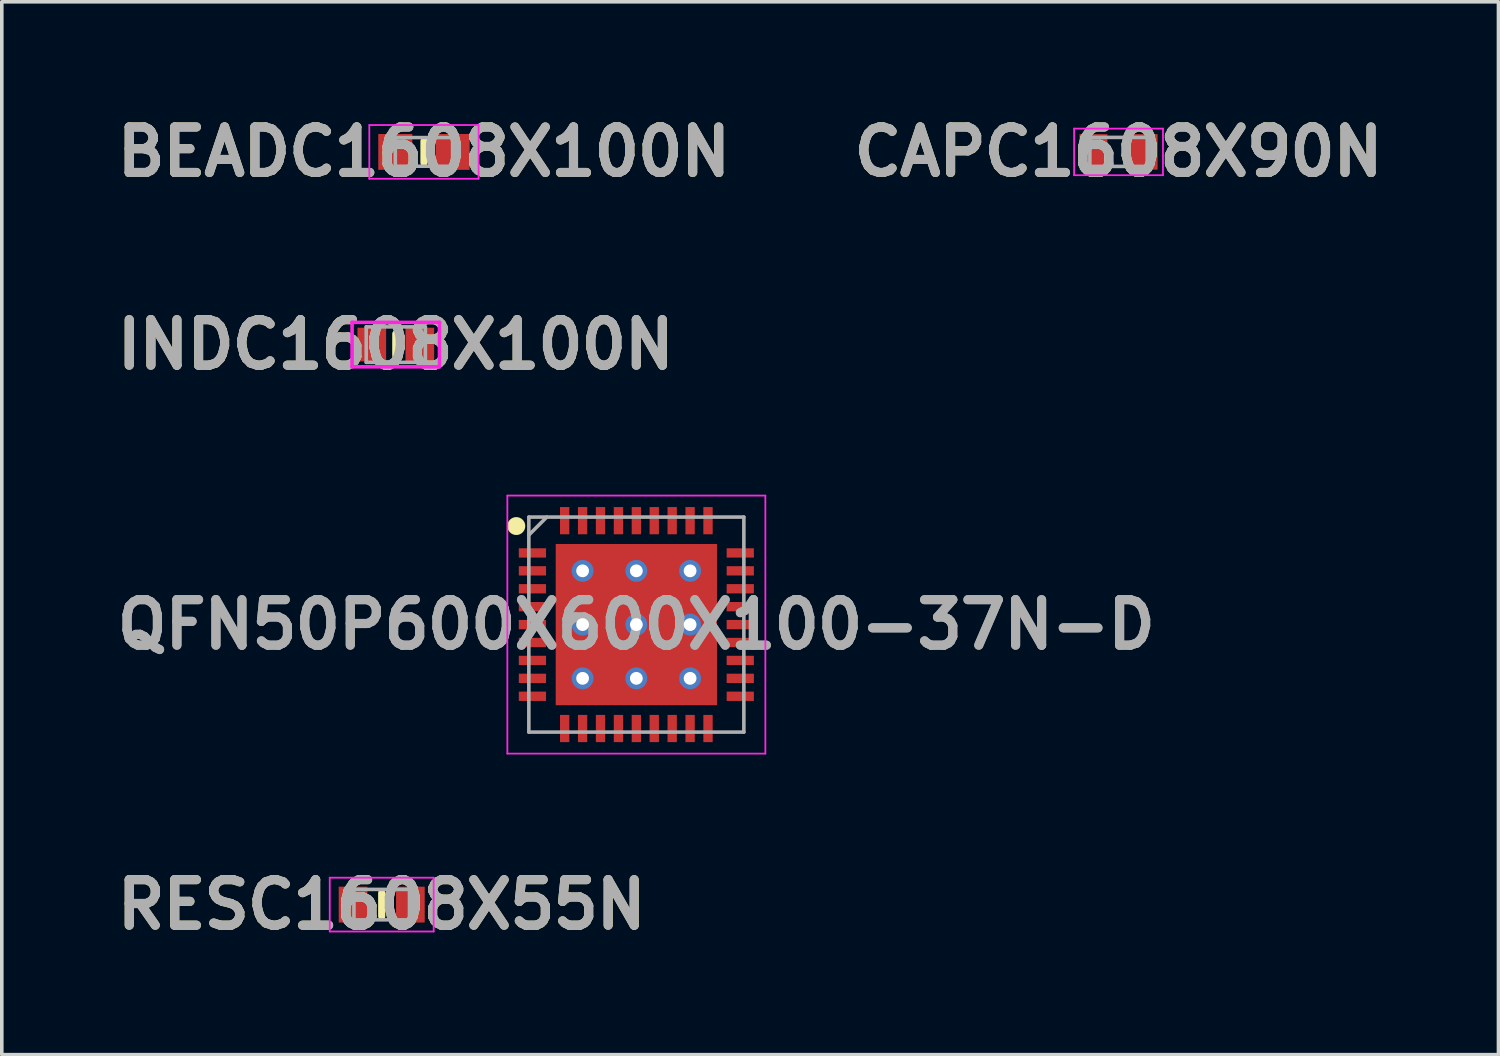
<source format=kicad_pcb>
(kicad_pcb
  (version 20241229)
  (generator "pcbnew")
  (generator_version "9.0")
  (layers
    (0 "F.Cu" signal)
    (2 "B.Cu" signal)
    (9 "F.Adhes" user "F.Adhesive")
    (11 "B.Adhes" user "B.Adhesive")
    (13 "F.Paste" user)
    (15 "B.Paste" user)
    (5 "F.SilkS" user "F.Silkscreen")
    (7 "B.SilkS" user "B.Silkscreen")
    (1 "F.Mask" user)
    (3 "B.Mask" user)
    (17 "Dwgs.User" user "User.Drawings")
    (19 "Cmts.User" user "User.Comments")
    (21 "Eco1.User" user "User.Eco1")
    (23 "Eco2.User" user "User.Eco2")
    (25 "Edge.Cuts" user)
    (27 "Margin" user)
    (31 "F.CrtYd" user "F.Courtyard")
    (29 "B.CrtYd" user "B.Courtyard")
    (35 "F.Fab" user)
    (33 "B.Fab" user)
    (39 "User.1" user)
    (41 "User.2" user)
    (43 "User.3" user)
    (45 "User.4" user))
  (footprint "BEADC1608X100N"
    (layer "F.Cu")
    (at 8.781 1.189)
    (property "Reference" "BEADC1608X100N" (at 0 0 0) (layer "F.SilkS") (effects (font (size 1.27 1.27) (thickness 0.254))))
    (attr smd)
    (fp_line (start 0 -0.3) (end 0 0.3) (stroke (width 0.2) (type solid)) (layer "F.SilkS"))
    (fp_line (start -1.525 -0.75) (end 1.525 -0.75) (stroke (width 0.05) (type solid)) (layer "F.CrtYd"))
    (fp_line (start -1.525 0.75) (end -1.525 -0.75) (stroke (width 0.05) (type solid)) (layer "F.CrtYd"))
    (fp_line (start 1.525 -0.75) (end 1.525 0.75) (stroke (width 0.05) (type solid)) (layer "F.CrtYd"))
    (fp_line (start 1.525 0.75) (end -1.525 0.75) (stroke (width 0.05) (type solid)) (layer "F.CrtYd"))
    (fp_line (start -0.8 -0.4) (end 0.8 -0.4) (stroke (width 0.1) (type solid)) (layer "F.Fab"))
    (fp_line (start -0.8 0.4) (end -0.8 -0.4) (stroke (width 0.1) (type solid)) (layer "F.Fab"))
    (fp_line (start 0.8 -0.4) (end 0.8 0.4) (stroke (width 0.1) (type solid)) (layer "F.Fab"))
    (fp_line (start 0.8 0.4) (end -0.8 0.4) (stroke (width 0.1) (type solid)) (layer "F.Fab"))
    (fp_text user "${REFERENCE}" (at 0 0 0) (layer "F.Fab") (effects (font (size 1.27 1.27) (thickness 0.254))))
    (pad "1" smd rect (at -0.8 0) (size 0.95 1) (layers "F.Cu" "F.Mask" "F.Paste"))
    (pad "2" smd rect (at 0.8 0) (size 0.95 1) (layers "F.Cu" "F.Mask" "F.Paste")))
  (footprint "CAPC1608X90N"
    (layer "F.Cu")
    (at 28.164 1.189)
    (property "Reference" "CAPC1608X90N" (at 0 0 0) (layer "F.SilkS") (effects (font (size 1.27 1.27) (thickness 0.254))))
    (attr smd)
    (fp_line (start -1.24 -0.65) (end 1.24 -0.65) (stroke (width 0.05) (type solid)) (layer "F.CrtYd"))
    (fp_line (start -1.24 0.65) (end -1.24 -0.65) (stroke (width 0.05) (type solid)) (layer "F.CrtYd"))
    (fp_line (start 1.24 -0.65) (end 1.24 0.65) (stroke (width 0.05) (type solid)) (layer "F.CrtYd"))
    (fp_line (start 1.24 0.65) (end -1.24 0.65) (stroke (width 0.05) (type solid)) (layer "F.CrtYd"))
    (fp_line (start -0.8 -0.405) (end 0.8 -0.405) (stroke (width 0.1) (type solid)) (layer "F.Fab"))
    (fp_line (start -0.8 0.405) (end -0.8 -0.405) (stroke (width 0.1) (type solid)) (layer "F.Fab"))
    (fp_line (start 0.8 -0.405) (end 0.8 0.405) (stroke (width 0.1) (type solid)) (layer "F.Fab"))
    (fp_line (start 0.8 0.405) (end -0.8 0.405) (stroke (width 0.1) (type solid)) (layer "F.Fab"))
    (fp_text user "${REFERENCE}" (at 0 0 0) (layer "F.Fab") (effects (font (size 1.27 1.27) (thickness 0.254))))
    (pad "1" smd rect (at -0.7 0) (size 0.78 0.99) (layers "F.Cu" "F.Mask" "F.Paste"))
    (pad "2" smd rect (at 0.7 0) (size 0.78 0.99) (layers "F.Cu" "F.Mask" "F.Paste")))
  (footprint "RESC1608X55N"
    (layer "F.Cu")
    (at 7.602 22.194)
    (property "Reference" "RESC1608X55N" (at 0 0 0) (layer "F.SilkS") (effects (font (size 1.27 1.27) (thickness 0.254))))
    (attr smd)
    (fp_line (start 0 -0.325) (end 0 0.325) (stroke (width 0.2) (type solid)) (layer "F.SilkS"))
    (fp_line (start -1.45 -0.75) (end 1.45 -0.75) (stroke (width 0.05) (type solid)) (layer "F.CrtYd"))
    (fp_line (start -1.45 0.75) (end -1.45 -0.75) (stroke (width 0.05) (type solid)) (layer "F.CrtYd"))
    (fp_line (start 1.45 -0.75) (end 1.45 0.75) (stroke (width 0.05) (type solid)) (layer "F.CrtYd"))
    (fp_line (start 1.45 0.75) (end -1.45 0.75) (stroke (width 0.05) (type solid)) (layer "F.CrtYd"))
    (fp_line (start -0.775 -0.425) (end 0.775 -0.425) (stroke (width 0.1) (type solid)) (layer "F.Fab"))
    (fp_line (start -0.775 0.425) (end -0.775 -0.425) (stroke (width 0.1) (type solid)) (layer "F.Fab"))
    (fp_line (start 0.775 -0.425) (end 0.775 0.425) (stroke (width 0.1) (type solid)) (layer "F.Fab"))
    (fp_line (start 0.775 0.425) (end -0.775 0.425) (stroke (width 0.1) (type solid)) (layer "F.Fab"))
    (fp_text user "${REFERENCE}" (at 0 0 0) (layer "F.Fab") (effects (font (size 1.27 1.27) (thickness 0.254))))
    (pad "1" smd rect (at -0.8 0) (size 0.8 1) (layers "F.Cu" "F.Mask" "F.Paste"))
    (pad "2" smd rect (at 0.8 0) (size 0.8 1) (layers "F.Cu" "F.Mask" "F.Paste")))
  (footprint "INDC1608X100N"
    (layer "F.Cu")
    (at 7.995 6.566)
    (property "Reference" "INDC1608X100N" (at 0 0 0) (layer "F.SilkS") (effects (font (size 1.27 1.27) (thickness 0.254))))
    (attr smd)
    (fp_line (start 0 -0.3) (end 0 0.3) (stroke (width 0.2) (type solid)) (layer "F.SilkS"))
    (fp_line (start -1.22 -0.62) (end 1.22 -0.62) (stroke (width 0.1) (type solid)) (layer "F.CrtYd"))
    (fp_line (start -1.22 0.62) (end -1.22 -0.62) (stroke (width 0.1) (type solid)) (layer "F.CrtYd"))
    (fp_line (start 1.22 -0.62) (end 1.22 0.62) (stroke (width 0.1) (type solid)) (layer "F.CrtYd"))
    (fp_line (start 1.22 0.62) (end -1.22 0.62) (stroke (width 0.1) (type solid)) (layer "F.CrtYd"))
    (fp_line (start -0.825 -0.495) (end 0.825 -0.495) (stroke (width 0.1) (type solid)) (layer "F.Fab"))
    (fp_line (start -0.825 0.495) (end -0.825 -0.495) (stroke (width 0.1) (type solid)) (layer "F.Fab"))
    (fp_line (start 0.825 -0.495) (end 0.825 0.495) (stroke (width 0.1) (type solid)) (layer "F.Fab"))
    (fp_line (start 0.825 0.495) (end -0.825 0.495) (stroke (width 0.1) (type solid)) (layer "F.Fab"))
    (fp_text user "${REFERENCE}" (at 0 0 0) (layer "F.Fab") (effects (font (size 1.27 1.27) (thickness 0.254))))
    (pad "1" smd rect (at -0.67 0) (size 0.8 0.94) (layers "F.Cu" "F.Mask" "F.Paste"))
    (pad "2" smd rect (at 0.67 0) (size 0.8 0.94) (layers "F.Cu" "F.Mask" "F.Paste")))
  (footprint "QFN50P600X600X100-37N-D"
    (layer "F.Cu")
    (at 14.708 14.38)
    (property "Reference" "QFN50P600X600X100-37N-D" (at 0 0 0) (layer "F.Fab") (effects (font (size 1.27 1.27) (thickness 0.254))))
    (attr smd)
    (fp_line (start -1.5 -0.75) (end 1.5 -0.75) (stroke (width 0.6) (type solid)) (layer "F.Mask"))
    (fp_line (start -0.75 -1.5) (end -0.75 1.5) (stroke (width 0.6) (type solid)) (layer "F.Mask"))
    (fp_line (start 0.75 -1.5) (end 0.75 1.5) (stroke (width 0.6) (type solid)) (layer "F.Mask"))
    (fp_line (start 1.5 0.75) (end -1.5 0.75) (stroke (width 0.6) (type solid)) (layer "F.Mask"))
    (fp_circle (center -3.35 -2.75) (end -3.35 -2.625) (stroke (width 0.25) (type solid)) (fill no) (layer "F.SilkS"))
    (fp_line (start -1.501 -0.75) (end -1.499 -0.75) (stroke (width 0.5) (type solid)) (layer "F.Paste"))
    (fp_line (start -1.501 0.75) (end -1.499 0.75) (stroke (width 0.5) (type solid)) (layer "F.Paste"))
    (fp_line (start -0.751 -1.5) (end -0.749 -1.5) (stroke (width 0.5) (type solid)) (layer "F.Paste"))
    (fp_line (start -0.751 -0.75) (end -0.749 -0.75) (stroke (width 0.5) (type solid)) (layer "F.Paste"))
    (fp_line (start -0.751 0) (end -0.749 0) (stroke (width 0.5) (type solid)) (layer "F.Paste"))
    (fp_line (start -0.751 0.75) (end -0.749 0.75) (stroke (width 0.5) (type solid)) (layer "F.Paste"))
    (fp_line (start -0.751 1.5) (end -0.749 1.5) (stroke (width 0.5) (type solid)) (layer "F.Paste"))
    (fp_line (start -0.001 -0.75) (end 0.001 -0.75) (stroke (width 0.5) (type solid)) (layer "F.Paste"))
    (fp_line (start -0.001 0.75) (end 0.001 0.75) (stroke (width 0.5) (type solid)) (layer "F.Paste"))
    (fp_line (start 0.749 -1.5) (end 0.751 -1.5) (stroke (width 0.5) (type solid)) (layer "F.Paste"))
    (fp_line (start 0.749 -0.75) (end 0.751 -0.75) (stroke (width 0.5) (type solid)) (layer "F.Paste"))
    (fp_line (start 0.749 0) (end 0.751 0) (stroke (width 0.5) (type solid)) (layer "F.Paste"))
    (fp_line (start 0.749 0.75) (end 0.751 0.75) (stroke (width 0.5) (type solid)) (layer "F.Paste"))
    (fp_line (start 0.749 1.5) (end 0.751 1.5) (stroke (width 0.5) (type solid)) (layer "F.Paste"))
    (fp_line (start 1.499 -0.75) (end 1.501 -0.75) (stroke (width 0.5) (type solid)) (layer "F.Paste"))
    (fp_line (start 1.499 0.75) (end 1.501 0.75) (stroke (width 0.5) (type solid)) (layer "F.Paste"))
    (fp_line (start -3.6 -3.6) (end 3.6 -3.6) (stroke (width 0.05) (type solid)) (layer "F.CrtYd"))
    (fp_line (start -3.6 3.6) (end -3.6 -3.6) (stroke (width 0.05) (type solid)) (layer "F.CrtYd"))
    (fp_line (start 3.6 -3.6) (end 3.6 3.6) (stroke (width 0.05) (type solid)) (layer "F.CrtYd"))
    (fp_line (start 3.6 3.6) (end -3.6 3.6) (stroke (width 0.05) (type solid)) (layer "F.CrtYd"))
    (fp_line (start -3 -3) (end 3 -3) (stroke (width 0.1) (type solid)) (layer "F.Fab"))
    (fp_line (start -3 -2.5) (end -2.5 -3) (stroke (width 0.1) (type solid)) (layer "F.Fab"))
    (fp_line (start -3 3) (end -3 -3) (stroke (width 0.1) (type solid)) (layer "F.Fab"))
    (fp_line (start 3 -3) (end 3 3) (stroke (width 0.1) (type solid)) (layer "F.Fab"))
    (fp_line (start 3 3) (end -3 3) (stroke (width 0.1) (type solid)) (layer "F.Fab"))
    (fp_text user "${REFERENCE}" (at 0 0 0) (layer "F.Fab") (effects (font (size 1.27 1.27) (thickness 0.254))))
    (pad "1" smd rect (at -2.9 -2 90) (size 0.26 0.76) (layers "F.Cu" "F.Mask" "F.Paste"))
    (pad "2" smd rect (at -2.9 -1.5 90) (size 0.26 0.76) (layers "F.Cu" "F.Mask" "F.Paste"))
    (pad "3" smd rect (at -2.9 -1 90) (size 0.26 0.76) (layers "F.Cu" "F.Mask" "F.Paste"))
    (pad "4" smd rect (at -2.9 -0.5 90) (size 0.26 0.76) (layers "F.Cu" "F.Mask" "F.Paste"))
    (pad "5" smd rect (at -2.9 0 90) (size 0.26 0.76) (layers "F.Cu" "F.Mask" "F.Paste"))
    (pad "6" smd rect (at -2.9 0.5 90) (size 0.26 0.76) (layers "F.Cu" "F.Mask" "F.Paste"))
    (pad "7" smd rect (at -2.9 1 90) (size 0.26 0.76) (layers "F.Cu" "F.Mask" "F.Paste"))
    (pad "8" smd rect (at -2.9 1.5 90) (size 0.26 0.76) (layers "F.Cu" "F.Mask" "F.Paste"))
    (pad "9" smd rect (at -2.9 2 90) (size 0.26 0.76) (layers "F.Cu" "F.Mask" "F.Paste"))
    (pad "10" smd rect (at -2 2.9) (size 0.26 0.76) (layers "F.Cu" "F.Mask" "F.Paste"))
    (pad "11" smd rect (at -1.5 2.9) (size 0.26 0.76) (layers "F.Cu" "F.Mask" "F.Paste"))
    (pad "12" smd rect (at -1 2.9) (size 0.26 0.76) (layers "F.Cu" "F.Mask" "F.Paste"))
    (pad "13" smd rect (at -0.5 2.9) (size 0.26 0.76) (layers "F.Cu" "F.Mask" "F.Paste"))
    (pad "14" smd rect (at 0 2.9) (size 0.26 0.76) (layers "F.Cu" "F.Mask" "F.Paste"))
    (pad "15" smd rect (at 0.5 2.9) (size 0.26 0.76) (layers "F.Cu" "F.Mask" "F.Paste"))
    (pad "16" smd rect (at 1 2.9) (size 0.26 0.76) (layers "F.Cu" "F.Mask" "F.Paste"))
    (pad "17" smd rect (at 1.5 2.9) (size 0.26 0.76) (layers "F.Cu" "F.Mask" "F.Paste"))
    (pad "18" smd rect (at 2 2.9) (size 0.26 0.76) (layers "F.Cu" "F.Mask" "F.Paste"))
    (pad "19" smd rect (at 2.9 2 90) (size 0.26 0.76) (layers "F.Cu" "F.Mask" "F.Paste"))
    (pad "20" smd rect (at 2.9 1.5 90) (size 0.26 0.76) (layers "F.Cu" "F.Mask" "F.Paste"))
    (pad "21" smd rect (at 2.9 1 90) (size 0.26 0.76) (layers "F.Cu" "F.Mask" "F.Paste"))
    (pad "22" smd rect (at 2.9 0.5 90) (size 0.26 0.76) (layers "F.Cu" "F.Mask" "F.Paste"))
    (pad "23" smd rect (at 2.9 0 90) (size 0.26 0.76) (layers "F.Cu" "F.Mask" "F.Paste"))
    (pad "24" smd rect (at 2.9 -0.5 90) (size 0.26 0.76) (layers "F.Cu" "F.Mask" "F.Paste"))
    (pad "25" smd rect (at 2.9 -1 90) (size 0.26 0.76) (layers "F.Cu" "F.Mask" "F.Paste"))
    (pad "26" smd rect (at 2.9 -1.5 90) (size 0.26 0.76) (layers "F.Cu" "F.Mask" "F.Paste"))
    (pad "27" smd rect (at 2.9 -2 90) (size 0.26 0.76) (layers "F.Cu" "F.Mask" "F.Paste"))
    (pad "28" smd rect (at 2 -2.9) (size 0.26 0.76) (layers "F.Cu" "F.Mask" "F.Paste"))
    (pad "29" smd rect (at 1.5 -2.9) (size 0.26 0.76) (layers "F.Cu" "F.Mask" "F.Paste"))
    (pad "30" smd rect (at 1 -2.9) (size 0.26 0.76) (layers "F.Cu" "F.Mask" "F.Paste"))
    (pad "31" smd rect (at 0.5 -2.9) (size 0.26 0.76) (layers "F.Cu" "F.Mask" "F.Paste"))
    (pad "32" smd rect (at 0 -2.9) (size 0.26 0.76) (layers "F.Cu" "F.Mask" "F.Paste"))
    (pad "33" smd rect (at -0.5 -2.9) (size 0.26 0.76) (layers "F.Cu" "F.Mask" "F.Paste"))
    (pad "34" smd rect (at -1 -2.9) (size 0.26 0.76) (layers "F.Cu" "F.Mask" "F.Paste"))
    (pad "35" smd rect (at -1.5 -2.9) (size 0.26 0.76) (layers "F.Cu" "F.Mask" "F.Paste"))
    (pad "36" smd rect (at -2 -2.9) (size 0.26 0.76) (layers "F.Cu" "F.Mask" "F.Paste"))
    (pad "37" thru_hole circle (at -1.5 -1.5) (size 0.61 0.61) (drill 0.356) (layers "*.Cu" "B.Mask"))
    (pad "37" thru_hole circle (at -1.5 0) (size 0.61 0.61) (drill 0.356) (layers "*.Cu" "B.Mask"))
    (pad "37" thru_hole circle (at -1.5 1.5) (size 0.61 0.61) (drill 0.356) (layers "*.Cu" "B.Mask"))
    (pad "37" thru_hole circle (at 0 -1.5) (size 0.61 0.61) (drill 0.356) (layers "*.Cu" "B.Mask"))
    (pad "37" thru_hole circle (at 0 0) (size 0.61 0.61) (drill 0.356) (layers "*.Cu" "B.Mask"))
    (pad "37" smd rect (at 0 0) (size 4.5 4.5) (layers "F.Cu"))
    (pad "37" thru_hole circle (at 0 1.5) (size 0.61 0.61) (drill 0.356) (layers "*.Cu" "B.Mask"))
    (pad "37" thru_hole circle (at 1.5 -1.5) (size 0.61 0.61) (drill 0.356) (layers "*.Cu" "B.Mask"))
    (pad "37" thru_hole circle (at 1.5 0) (size 0.61 0.61) (drill 0.356) (layers "*.Cu" "B.Mask"))
    (pad "37" thru_hole circle (at 1.5 1.5) (size 0.61 0.61) (drill 0.356) (layers "*.Cu" "B.Mask")))
  (gr_rect
    (start -3 -3)
    (end 38.766 26.382)
    (stroke (width 0.1) (type default))
    (fill no)
    (layer "Edge.Cuts")))
</source>
